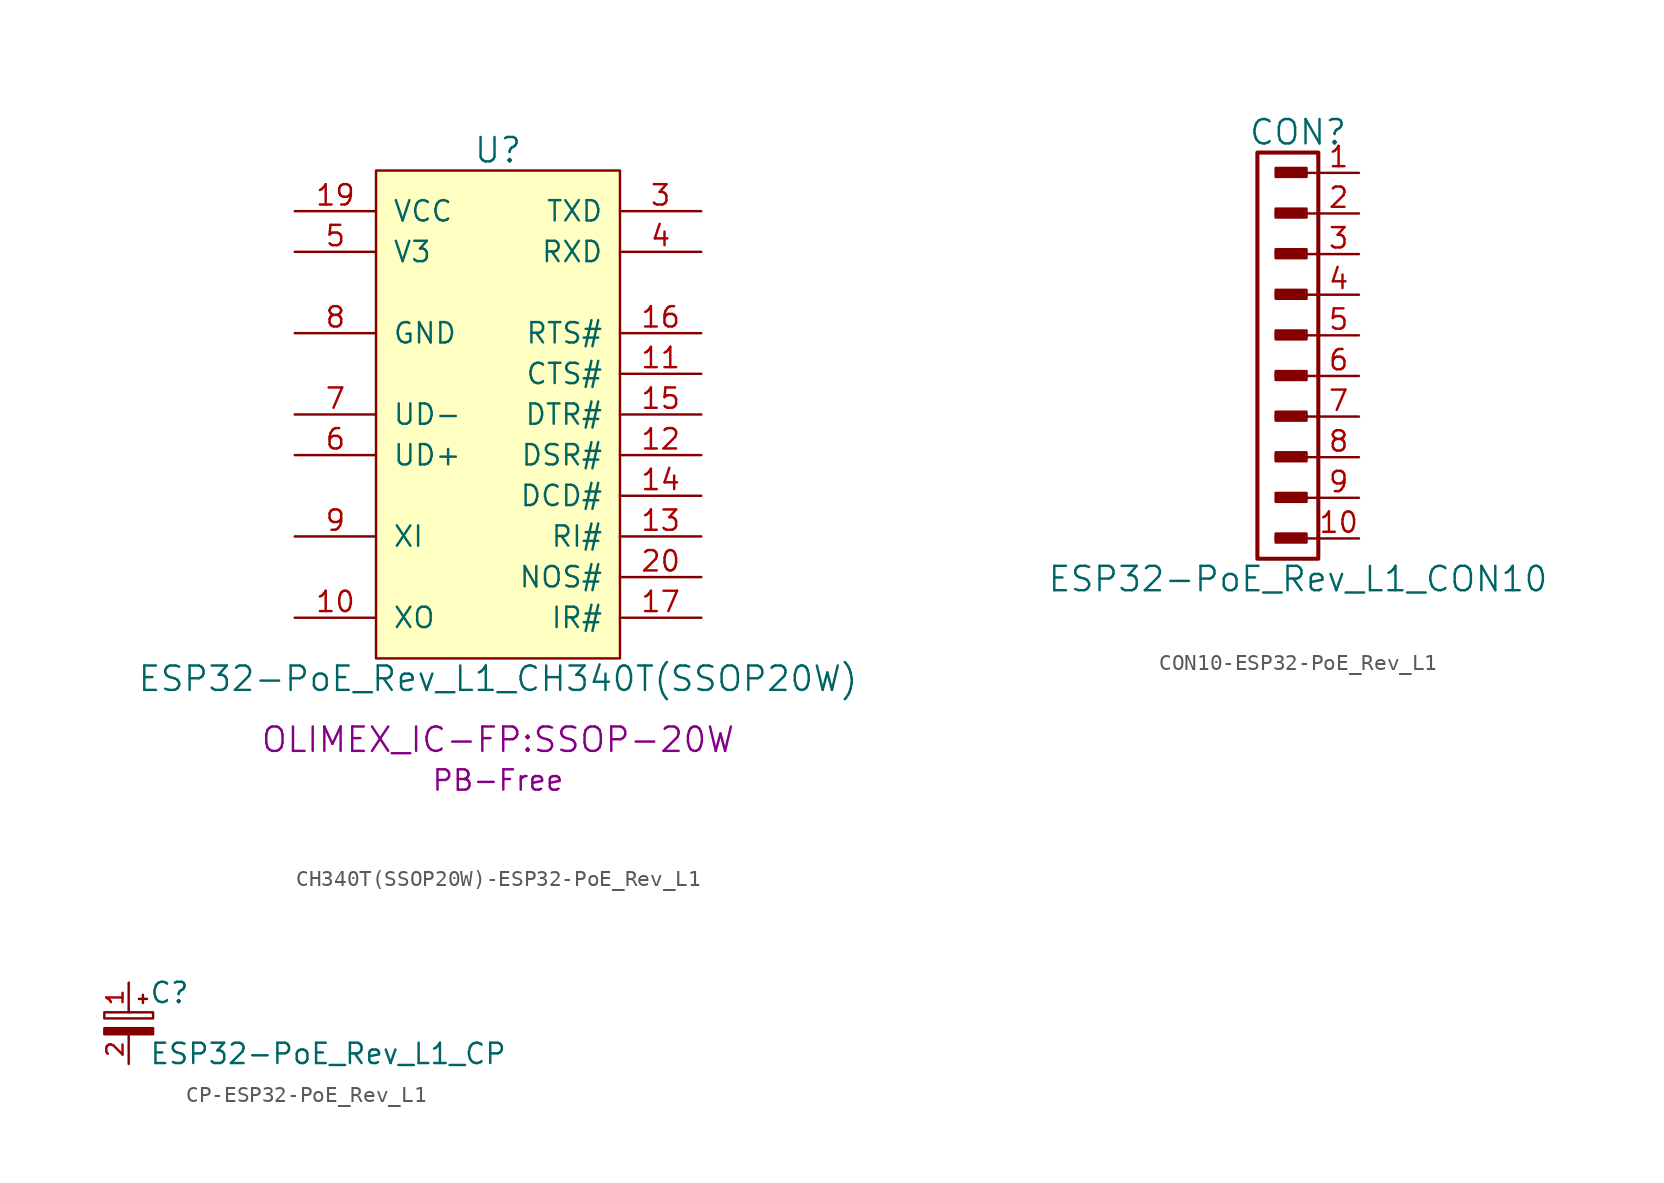
<source format=kicad_sym>
(kicad_symbol_lib
  (version 20220914)
  (generator kicad_symbol_editor)
  (symbol "CH340T(SSOP20W)-ESP32-PoE_Rev_L1"
    (pin_names
      (offset 1.016))
    (property "Reference" "U"
      (at 0 16.51 0)
      (effects (font (size 1.524 1.524))))
    (property "Value" "ESP32-PoE_Rev_L1_CH340T(SSOP20W)"
      (at 0 -16.51 0)
      (effects (font (size 1.524 1.524))))
    (property "Footprint" "OLIMEX_IC-FP:SSOP-20W"
      (at 0 -20.32 0)
      (effects (font (size 1.524 1.524))))
    (property "Datasheet" ""
      (at 0 0 0)
      (effects (font (size 1.524 1.524))))
    (property "Note" "PB-Free"
      (at 0 -22.86 0)
      (effects (font (size 1.27 1.27))))
    (symbol "CH340T(SSOP20W)-ESP32-PoE_Rev_L1_0_1"
      (rectangle (start -7.62 15.24) (end 7.62 -15.24) (stroke (width 0) (type solid)) (fill (type background))))
    (symbol "CH340T(SSOP20W)-ESP32-PoE_Rev_L1_1_1"
      (pin output line (at -12.7 -12.7 0) (length 5.08) (name "XO" (effects (font (size 1.27 1.27)))) (number "10" (effects (font (size 1.27 1.27)))))
      (pin input line (at 12.7 2.54 180) (length 5.08) (name "CTS#" (effects (font (size 1.27 1.27)))) (number "11" (effects (font (size 1.27 1.27)))))
      (pin input line (at 12.7 -2.54 180) (length 5.08) (name "DSR#" (effects (font (size 1.27 1.27)))) (number "12" (effects (font (size 1.27 1.27)))))
      (pin input line (at 12.7 -7.62 180) (length 5.08) (name "RI#" (effects (font (size 1.27 1.27)))) (number "13" (effects (font (size 1.27 1.27)))))
      (pin input line (at 12.7 -5.08 180) (length 5.08) (name "DCD#" (effects (font (size 1.27 1.27)))) (number "14" (effects (font (size 1.27 1.27)))))
      (pin output line (at 12.7 0 180) (length 5.08) (name "DTR#" (effects (font (size 1.27 1.27)))) (number "15" (effects (font (size 1.27 1.27)))))
      (pin output line (at 12.7 5.08 180) (length 5.08) (name "RTS#" (effects (font (size 1.27 1.27)))) (number "16" (effects (font (size 1.27 1.27)))))
      (pin input line (at 12.7 -12.7 180) (length 5.08) (name "IR#" (effects (font (size 1.27 1.27)))) (number "17" (effects (font (size 1.27 1.27)))))
      (pin power_in line (at -12.7 12.7 0) (length 5.08) (name "VCC" (effects (font (size 1.27 1.27)))) (number "19" (effects (font (size 1.27 1.27)))))
      (pin input line (at 12.7 -10.16 180) (length 5.08) (name "NOS#" (effects (font (size 1.27 1.27)))) (number "20" (effects (font (size 1.27 1.27)))))
      (pin output line (at 12.7 12.7 180) (length 5.08) (name "TXD" (effects (font (size 1.27 1.27)))) (number "3" (effects (font (size 1.27 1.27)))))
      (pin input line (at 12.7 10.16 180) (length 5.08) (name "RXD" (effects (font (size 1.27 1.27)))) (number "4" (effects (font (size 1.27 1.27)))))
      (pin power_in line (at -12.7 10.16 0) (length 5.08) (name "V3" (effects (font (size 1.27 1.27)))) (number "5" (effects (font (size 1.27 1.27)))))
      (pin bidirectional line (at -12.7 -2.54 0) (length 5.08) (name "UD+" (effects (font (size 1.27 1.27)))) (number "6" (effects (font (size 1.27 1.27)))))
      (pin bidirectional line (at -12.7 0 0) (length 5.08) (name "UD-" (effects (font (size 1.27 1.27)))) (number "7" (effects (font (size 1.27 1.27)))))
      (pin power_in line (at -12.7 5.08 0) (length 5.08) (name "GND" (effects (font (size 1.27 1.27)))) (number "8" (effects (font (size 1.27 1.27)))))
      (pin input line (at -12.7 -7.62 0) (length 5.08) (name "XI" (effects (font (size 1.27 1.27)))) (number "9" (effects (font (size 1.27 1.27)))))))
  (symbol "CON10-ESP32-PoE_Rev_L1"
    (pin_names
      (offset 1.016))
    (property "Reference" "CON"
      (at -1.27 12.7 0)
      (effects (font (size 1.524 1.524))))
    (property "Value" "ESP32-PoE_Rev_L1_CON10"
      (at -1.27 -15.24 0)
      (effects (font (size 1.524 1.524))))
    (property "Footprint" ""
      (at -1.905 8.89 0)
      (effects (font (size 1.524 1.524))))
    (property "Datasheet" ""
      (at -1.905 8.89 0)
      (effects (font (size 1.524 1.524))))
    (symbol "CON10-ESP32-PoE_Rev_L1_0_0"
      (rectangle (start -2.642 -12.852) (end -0.864 -12.497) (stroke (width 0) (type solid)) (fill (type none)))
      (rectangle (start -2.642 -7.772) (end -0.864 -7.417) (stroke (width 0) (type solid)) (fill (type none)))
      (rectangle (start -2.642 -5.232) (end -0.864 -4.877) (stroke (width 0) (type solid)) (fill (type none)))
      (rectangle (start -2.642 -2.692) (end -0.864 -2.337) (stroke (width 0) (type solid)) (fill (type none)))
      (rectangle (start -2.642 -0.152) (end -0.864 0.203) (stroke (width 0) (type solid)) (fill (type none)))
      (rectangle (start -2.642 2.388) (end -0.864 2.743) (stroke (width 0) (type solid)) (fill (type none)))
      (rectangle (start -2.642 4.928) (end -0.864 5.283) (stroke (width 0) (type solid)) (fill (type none)))
      (rectangle (start -2.642 7.468) (end -0.864 7.823) (stroke (width 0) (type solid)) (fill (type none)))
      (rectangle (start -2.616 -12.751) (end -0.965 -12.649) (stroke (width 0) (type solid)) (fill (type none)))
      (rectangle (start -2.616 -10.312) (end -0.838 -9.957) (stroke (width 0) (type solid)) (fill (type none)))
      (rectangle (start -2.616 -7.671) (end -0.965 -7.569) (stroke (width 0) (type solid)) (fill (type none)))
      (rectangle (start -2.616 -5.131) (end -0.965 -5.029) (stroke (width 0) (type solid)) (fill (type none)))
      (rectangle (start -2.616 -2.591) (end -0.965 -2.489) (stroke (width 0) (type solid)) (fill (type none)))
      (rectangle (start -2.616 -0.051) (end -0.965 0.051) (stroke (width 0) (type solid)) (fill (type none)))
      (rectangle (start -2.616 2.489) (end -0.965 2.591) (stroke (width 0) (type solid)) (fill (type none)))
      (rectangle (start -2.616 5.029) (end -0.965 5.131) (stroke (width 0) (type solid)) (fill (type none)))
      (rectangle (start -2.616 7.569) (end -0.965 7.671) (stroke (width 0) (type solid)) (fill (type none)))
      (rectangle (start -2.616 10.008) (end -0.838 10.363) (stroke (width 0) (type solid)) (fill (type none)))
      (rectangle (start -2.591 -10.185) (end -0.94 -10.084) (stroke (width 0) (type solid)) (fill (type none)))
      (rectangle (start -2.591 10.135) (end -0.94 10.236) (stroke (width 0) (type solid)) (fill (type none)))
      (rectangle (start -0.965 -12.573) (end -2.642 -12.776) (stroke (width 0) (type solid)) (fill (type none)))
      (rectangle (start -0.965 -7.493) (end -2.642 -7.696) (stroke (width 0) (type solid)) (fill (type none)))
      (rectangle (start -0.965 -4.953) (end -2.642 -5.156) (stroke (width 0) (type solid)) (fill (type none)))
      (rectangle (start -0.965 -2.413) (end -2.642 -2.616) (stroke (width 0) (type solid)) (fill (type none)))
      (rectangle (start -0.965 0.127) (end -2.642 -0.076) (stroke (width 0) (type solid)) (fill (type none)))
      (rectangle (start -0.965 2.667) (end -2.642 2.464) (stroke (width 0) (type solid)) (fill (type none)))
      (rectangle (start -0.965 5.207) (end -2.642 5.004) (stroke (width 0) (type solid)) (fill (type none)))
      (rectangle (start -0.965 7.747) (end -2.642 7.544) (stroke (width 0) (type solid)) (fill (type none)))
      (rectangle (start -0.864 -10.058) (end -2.54 -10.262) (stroke (width 0) (type solid)) (fill (type none)))
      (rectangle (start -0.864 10.262) (end -2.54 10.058) (stroke (width 0) (type solid)) (fill (type none)))
      (rectangle (start -0.737 -12.395) (end -2.667 -12.954) (stroke (width 0) (type solid)) (fill (type none)))
      (rectangle (start -0.737 -9.855) (end -2.667 -10.414) (stroke (width 0) (type solid)) (fill (type none)))
      (rectangle (start -0.737 -7.315) (end -2.667 -7.874) (stroke (width 0) (type solid)) (fill (type none)))
      (rectangle (start -0.737 -4.775) (end -2.667 -5.334) (stroke (width 0) (type solid)) (fill (type none)))
      (rectangle (start -0.737 -2.235) (end -2.667 -2.794) (stroke (width 0) (type solid)) (fill (type none)))
      (rectangle (start -0.737 0.305) (end -2.667 -0.254) (stroke (width 0) (type solid)) (fill (type none)))
      (rectangle (start -0.737 2.845) (end -2.667 2.286) (stroke (width 0) (type solid)) (fill (type none)))
      (rectangle (start -0.737 5.385) (end -2.667 4.826) (stroke (width 0) (type solid)) (fill (type none)))
      (rectangle (start -0.737 7.925) (end -2.667 7.366) (stroke (width 0) (type solid)) (fill (type none)))
      (rectangle (start -0.737 10.465) (end -2.667 9.906) (stroke (width 0) (type solid)) (fill (type none)))
      (polyline (pts (xy 0 -12.7) (xy -0.762 -12.7)) (stroke (width 0) (type solid)) (fill (type none)))
      (polyline (pts (xy 0 -10.16) (xy -0.762 -10.16)) (stroke (width 0) (type solid)) (fill (type none)))
      (polyline (pts (xy 0 -7.62) (xy -0.762 -7.62)) (stroke (width 0) (type solid)) (fill (type none)))
      (polyline (pts (xy 0 -5.08) (xy -0.762 -5.08)) (stroke (width 0) (type solid)) (fill (type none)))
      (polyline (pts (xy 0 -2.54) (xy -0.762 -2.54)) (stroke (width 0) (type solid)) (fill (type none)))
      (polyline (pts (xy 0 0) (xy -0.762 0)) (stroke (width 0) (type solid)) (fill (type none)))
      (polyline (pts (xy 0 2.54) (xy -0.762 2.54)) (stroke (width 0) (type solid)) (fill (type none)))
      (polyline (pts (xy 0 5.08) (xy -0.762 5.08)) (stroke (width 0) (type solid)) (fill (type none)))
      (polyline (pts (xy 0 7.62) (xy -0.762 7.62)) (stroke (width 0) (type solid)) (fill (type none)))
      (polyline (pts (xy 0 10.16) (xy -0.762 10.16)) (stroke (width 0) (type solid)) (fill (type none))))
    (symbol "CON10-ESP32-PoE_Rev_L1_0_1"
      (rectangle (start 0 11.43) (end -3.81 -13.97) (stroke (width 0.254) (type solid)) (fill (type none))))
    (symbol "CON10-ESP32-PoE_Rev_L1_1_1"
      (pin passive line (at 2.54 10.16 180) (length 2.54) (name "~" (effects (font (size 1.27 1.27)))) (number "1" (effects (font (size 1.27 1.27)))))
      (pin passive line (at 2.54 -12.7 180) (length 2.54) (name "~" (effects (font (size 1.27 1.27)))) (number "10" (effects (font (size 1.27 1.27)))))
      (pin passive line (at 2.54 7.62 180) (length 2.54) (name "~" (effects (font (size 1.27 1.27)))) (number "2" (effects (font (size 1.27 1.27)))))
      (pin passive line (at 2.54 5.08 180) (length 2.54) (name "~" (effects (font (size 1.27 1.27)))) (number "3" (effects (font (size 1.27 1.27)))))
      (pin passive line (at 2.54 2.54 180) (length 2.54) (name "~" (effects (font (size 1.27 1.27)))) (number "4" (effects (font (size 1.27 1.27)))))
      (pin passive line (at 2.54 0 180) (length 2.54) (name "~" (effects (font (size 1.27 1.27)))) (number "5" (effects (font (size 1.27 1.27)))))
      (pin passive line (at 2.54 -2.54 180) (length 2.54) (name "~" (effects (font (size 1.27 1.27)))) (number "6" (effects (font (size 1.27 1.27)))))
      (pin passive line (at 2.54 -5.08 180) (length 2.54) (name "~" (effects (font (size 1.27 1.27)))) (number "7" (effects (font (size 1.27 1.27)))))
      (pin passive line (at 2.54 -7.62 180) (length 2.54) (name "~" (effects (font (size 1.27 1.27)))) (number "8" (effects (font (size 1.27 1.27)))))
      (pin passive line (at 2.54 -10.16 180) (length 2.54) (name "~" (effects (font (size 1.27 1.27)))) (number "9" (effects (font (size 1.27 1.27)))))))
  (symbol "CP-ESP32-PoE_Rev_L1"
    (pin_names
      (offset 0.254) hide)
    (property "Reference" "C"
      (at 1.27 1.905 0)
      (effects (font (size 1.27 1.27)) (justify left)))
    (property "Value" "ESP32-PoE_Rev_L1_CP"
      (at 1.27 -1.905 0)
      (effects (font (size 1.27 1.27)) (justify left)))
    (property "Footprint" ""
      (at 0 0 0)
      (effects (font (size 1.524 1.524))))
    (property "Datasheet" ""
      (at 0 0 0)
      (effects (font (size 1.524 1.524))))
    (symbol "CP-ESP32-PoE_Rev_L1_0_1"
      (rectangle (start -1.524 -0.305) (end 1.524 -0.686) (stroke (width 0) (type solid)) (fill (type outline)))
      (rectangle (start -1.524 0.686) (end 1.524 0.305) (stroke (width 0) (type solid)) (fill (type none)))
      (polyline (pts (xy 0.635 1.524) (xy 1.143 1.524)) (stroke (width 0) (type solid)) (fill (type none)))
      (polyline (pts (xy 0.889 1.27) (xy 0.889 1.778)) (stroke (width 0) (type solid)) (fill (type none))))
    (symbol "CP-ESP32-PoE_Rev_L1_1_1"
      (pin passive line (at 0 2.54 270) (length 1.854) (name "+" (effects (font (size 1.016 1.016)))) (number "1" (effects (font (size 1.016 1.016)))))
      (pin passive line (at 0 -2.54 90) (length 1.854) (name "-" (effects (font (size 1.016 1.016)))) (number "2" (effects (font (size 1.016 1.016))))))))
</source>
